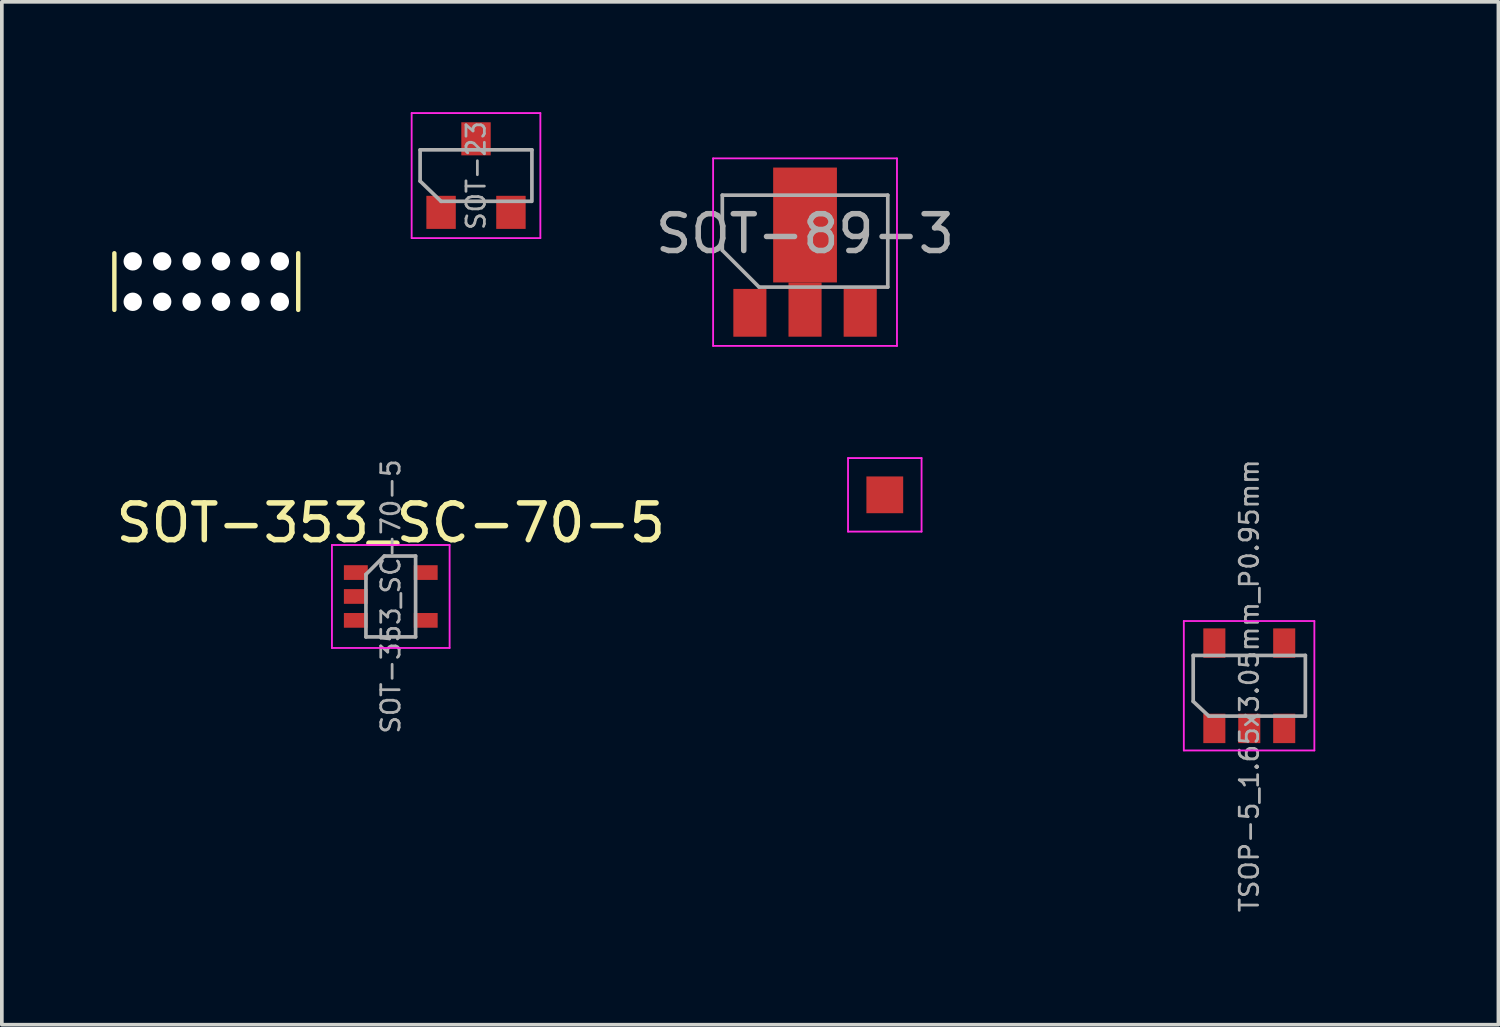
<source format=kicad_pcb>
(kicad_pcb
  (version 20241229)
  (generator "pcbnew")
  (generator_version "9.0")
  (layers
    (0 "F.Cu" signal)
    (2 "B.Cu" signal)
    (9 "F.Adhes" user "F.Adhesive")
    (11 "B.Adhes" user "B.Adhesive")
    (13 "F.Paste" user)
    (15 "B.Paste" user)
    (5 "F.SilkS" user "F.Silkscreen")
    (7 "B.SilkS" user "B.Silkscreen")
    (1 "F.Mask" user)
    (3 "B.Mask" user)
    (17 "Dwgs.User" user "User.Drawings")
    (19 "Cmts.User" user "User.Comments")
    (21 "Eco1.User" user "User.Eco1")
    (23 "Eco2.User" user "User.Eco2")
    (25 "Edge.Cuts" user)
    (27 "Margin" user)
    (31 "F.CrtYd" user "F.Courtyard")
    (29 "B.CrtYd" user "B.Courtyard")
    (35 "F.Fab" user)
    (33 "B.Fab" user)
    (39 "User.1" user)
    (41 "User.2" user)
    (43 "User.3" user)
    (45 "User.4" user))
  (footprint "TSOP-5_1.65x3.05mm_P0.95mm"
    (layer "F.Cu")
    (at 30.924 15.599)
    (property "Reference" "TSOP-5_1.65x3.05mm_P0.95mm" (at 0 -2.45 0) (layer "Eco2.User") (effects (font (size 0.3 0.3) (thickness 0.075))))
    (attr smd)
    (fp_line (start -1.78 1.76) (end -1.78 -1.76) (stroke (width 0.05) (type solid)) (layer "F.CrtYd"))
    (fp_line (start -1.78 1.76) (end 1.77 1.76) (stroke (width 0.05) (type solid)) (layer "F.CrtYd"))
    (fp_line (start 1.77 -1.76) (end -1.78 -1.76) (stroke (width 0.05) (type solid)) (layer "F.CrtYd"))
    (fp_line (start 1.77 -1.76) (end 1.77 1.76) (stroke (width 0.05) (type solid)) (layer "F.CrtYd"))
    (fp_line (start -1.525 -0.825) (end -1.525 0.425) (stroke (width 0.1) (type solid)) (layer "F.Fab"))
    (fp_line (start -1.525 -0.825) (end 1.525 -0.825) (stroke (width 0.1) (type solid)) (layer "F.Fab"))
    (fp_line (start -1.1 0.825) (end -1.525 0.425) (stroke (width 0.1) (type solid)) (layer "F.Fab"))
    (fp_line (start -1.1 0.825) (end 1.525 0.825) (stroke (width 0.1) (type solid)) (layer "F.Fab"))
    (fp_line (start 1.525 -0.825) (end 1.525 0.825) (stroke (width 0.1) (type solid)) (layer "F.Fab"))
    (fp_text user "${REFERENCE}" (at 0 0 270) (layer "F.Fab") (effects (font (size 0.5 0.5) (thickness 0.075))))
    (pad "1" smd rect (at -0.95 1.16 90) (size 0.8 0.6) (layers "F.Cu" "F.Mask" "F.Paste"))
    (pad "2" smd rect (at 0 1.16 90) (size 0.8 0.6) (layers "F.Cu" "F.Mask" "F.Paste"))
    (pad "3" smd rect (at 0.95 1.16 90) (size 0.8 0.6) (layers "F.Cu" "F.Mask" "F.Paste"))
    (pad "4" smd rect (at 0.95 -1.16 90) (size 0.8 0.6) (layers "F.Cu" "F.Mask" "F.Paste"))
    (pad "5" smd rect (at -0.95 -1.16 90) (size 0.8 0.6) (layers "F.Cu" "F.Mask" "F.Paste")))
  (footprint "TestPoint_Pad_1.0x1.0mm"
    (layer "F.Cu")
    (at 21.012 10.407)
    (property "Reference" "TestPoint_Pad_1.0x1.0mm" (at 0.14 0.805 0) (layer "Eco2.User") (effects (font (size 0.3 0.3) (thickness 0.075))))
    (attr exclude_from_pos_files exclude_from_bom)
    (fp_line (start -1 -1) (end -1 1) (stroke (width 0.05) (type solid)) (layer "F.CrtYd"))
    (fp_line (start -1 -1) (end 1 -1) (stroke (width 0.05) (type solid)) (layer "F.CrtYd"))
    (fp_line (start 1 1) (end -1 1) (stroke (width 0.05) (type solid)) (layer "F.CrtYd"))
    (fp_line (start 1 1) (end 1 -1) (stroke (width 0.05) (type solid)) (layer "F.CrtYd"))
    (pad "1" smd rect (at 0 0) (size 1 1) (layers "F.Cu" "F.Mask")))
  (footprint "SOT-89-3"
    (layer "F.Cu")
    (at 18.843 3.807)
    (property "Reference" "SOT-89-3" (at 0.3 -3.5 180) (layer "Eco2.User") (effects (font (size 0.3 0.3) (thickness 0.075))))
    (attr smd)
    (fp_line (start -2.5 -2.55) (end -2.5 2.55) (stroke (width 0.05) (type solid)) (layer "F.CrtYd"))
    (fp_line (start -2.5 -2.55) (end 2.5 -2.55) (stroke (width 0.05) (type solid)) (layer "F.CrtYd"))
    (fp_line (start 2.5 2.55) (end -2.5 2.55) (stroke (width 0.05) (type solid)) (layer "F.CrtYd"))
    (fp_line (start 2.5 2.55) (end 2.5 -2.55) (stroke (width 0.05) (type solid)) (layer "F.CrtYd"))
    (fp_line (start -2.25 -1.55) (end 2.25 -1.55) (stroke (width 0.1) (type solid)) (layer "F.Fab"))
    (fp_line (start -2.25 -0.05) (end -2.25 -1.55) (stroke (width 0.1) (type solid)) (layer "F.Fab"))
    (fp_line (start -1.25 0.95) (end -2.25 -0.05) (stroke (width 0.1) (type solid)) (layer "F.Fab"))
    (fp_line (start 2.25 -1.55) (end 2.25 0.95) (stroke (width 0.1) (type solid)) (layer "F.Fab"))
    (fp_line (start 2.25 0.95) (end -1.25 0.95) (stroke (width 0.1) (type solid)) (layer "F.Fab"))
    (fp_text user "${REFERENCE}" (at 0 -0.5 0) (layer "F.Fab") (effects (font (size 1 1) (thickness 0.15))))
    (pad "1" smd rect (at -1.5 1.65 90) (size 1.3 0.9) (layers "F.Cu" "F.Mask" "F.Paste"))
    (pad "2" smd custom (at 0 1.562 90) (size 1.475 0.9) (layers "F.Cu" "F.Mask" "F.Paste") (options (anchor rect)) (primitives (gr_poly (pts (xy 0.738 -0.867) (xy 3.862 -0.867) (xy 3.862 0.867) (xy 0.738 0.867)) (width 0) (fill yes))))
    (pad "3" smd rect (at 1.5 1.65 90) (size 1.3 0.9) (layers "F.Cu" "F.Mask" "F.Paste")))
  (footprint "mousebite"
    (layer "F.Cu")
    (at 2.56 4.607)
    (property "Reference" "mousebite" (at 0.1 -4.3 0) (layer "Eco2.User") (effects (font (size 0.3 0.3) (thickness 0.075))))
    (attr through_hole)
    (fp_line (start -2.5 -0.77) (end -2.5 0.77) (stroke (width 0.12) (type solid)) (layer "F.SilkS"))
    (fp_line (start 2.5 -0.77) (end 2.5 0.77) (stroke (width 0.12) (type solid)) (layer "F.SilkS"))
    (pad "" np_thru_hole circle (at -2 -0.55) (size 0.5 0.5) (drill 0.5) (layers "*.Cu" "*.Mask"))
    (pad "" np_thru_hole circle (at -2 0.55) (size 0.5 0.5) (drill 0.5) (layers "*.Cu" "*.Mask"))
    (pad "" np_thru_hole circle (at -1.2 -0.55) (size 0.5 0.5) (drill 0.5) (layers "*.Cu" "*.Mask"))
    (pad "" np_thru_hole circle (at -1.2 0.55) (size 0.5 0.5) (drill 0.5) (layers "*.Cu" "*.Mask"))
    (pad "" np_thru_hole circle (at -0.4 -0.55) (size 0.5 0.5) (drill 0.5) (layers "*.Cu" "*.Mask"))
    (pad "" np_thru_hole circle (at -0.4 0.55) (size 0.5 0.5) (drill 0.5) (layers "*.Cu" "*.Mask"))
    (pad "" np_thru_hole circle (at 0.4 -0.55) (size 0.5 0.5) (drill 0.5) (layers "*.Cu" "*.Mask"))
    (pad "" np_thru_hole circle (at 0.4 0.55) (size 0.5 0.5) (drill 0.5) (layers "*.Cu" "*.Mask"))
    (pad "" np_thru_hole circle (at 1.2 -0.55) (size 0.5 0.5) (drill 0.5) (layers "*.Cu" "*.Mask"))
    (pad "" np_thru_hole circle (at 1.2 0.55) (size 0.5 0.5) (drill 0.5) (layers "*.Cu" "*.Mask"))
    (pad "" np_thru_hole circle (at 2 -0.55) (size 0.5 0.5) (drill 0.5) (layers "*.Cu" "*.Mask"))
    (pad "" np_thru_hole circle (at 2 0.55) (size 0.5 0.5) (drill 0.5) (layers "*.Cu" "*.Mask")))
  (footprint "SOT-23"
    (layer "F.Cu")
    (at 9.895 1.725)
    (property "Reference" "SOT-23" (at 0.074 -0.071 270) (layer "Eco2.User") (effects (font (size 0.3 0.3) (thickness 0.075))))
    (attr smd)
    (fp_line (start -1.75 -1.7) (end 1.75 -1.7) (stroke (width 0.05) (type solid)) (layer "F.CrtYd"))
    (fp_line (start -1.75 1.7) (end -1.75 -1.7) (stroke (width 0.05) (type solid)) (layer "F.CrtYd"))
    (fp_line (start 1.75 -1.7) (end 1.75 1.7) (stroke (width 0.05) (type solid)) (layer "F.CrtYd"))
    (fp_line (start 1.75 1.7) (end -1.75 1.7) (stroke (width 0.05) (type solid)) (layer "F.CrtYd"))
    (fp_line (start -1.52 -0.7) (end 1.52 -0.7) (stroke (width 0.1) (type solid)) (layer "F.Fab"))
    (fp_line (start -1.52 0.15) (end -1.52 -0.7) (stroke (width 0.1) (type solid)) (layer "F.Fab"))
    (fp_line (start -0.95 0.7) (end -1.52 0.15) (stroke (width 0.1) (type solid)) (layer "F.Fab"))
    (fp_line (start -0.95 0.7) (end 1.5 0.7) (stroke (width 0.1) (type solid)) (layer "F.Fab"))
    (fp_line (start 1.52 0.7) (end 1.52 -0.7) (stroke (width 0.1) (type solid)) (layer "F.Fab"))
    (fp_text user "${REFERENCE}" (at 0 0 90) (layer "F.Fab") (effects (font (size 0.5 0.5) (thickness 0.075))))
    (pad "1" smd rect (at -0.95 1 90) (size 0.9 0.8) (layers "F.Cu" "F.Mask" "F.Paste"))
    (pad "2" smd rect (at 0.95 1 90) (size 0.9 0.8) (layers "F.Cu" "F.Mask" "F.Paste"))
    (pad "3" smd rect (at 0 -1 90) (size 0.9 0.8) (layers "F.Cu" "F.Mask" "F.Paste")))
  (footprint "SOT-353_SC-70-5"
    (layer "F.Cu")
    (at 7.577 13.171)
    (property "Reference" "SOT-353_SC-70-5" (at 0 -2 0) (layer "F.SilkS") (effects (font (size 1 1) (thickness 0.15))))
    (attr smd)
    (fp_line (start -1.6 -1.4) (end -1.6 1.4) (stroke (width 0.05) (type solid)) (layer "F.CrtYd"))
    (fp_line (start -1.6 -1.4) (end 1.6 -1.4) (stroke (width 0.05) (type solid)) (layer "F.CrtYd"))
    (fp_line (start -1.6 1.4) (end 1.6 1.4) (stroke (width 0.05) (type solid)) (layer "F.CrtYd"))
    (fp_line (start 1.6 1.4) (end 1.6 -1.4) (stroke (width 0.05) (type solid)) (layer "F.CrtYd"))
    (fp_line (start -0.675 -0.6) (end -0.675 1.1) (stroke (width 0.1) (type solid)) (layer "F.Fab"))
    (fp_line (start -0.175 -1.1) (end -0.675 -0.6) (stroke (width 0.1) (type solid)) (layer "F.Fab"))
    (fp_line (start 0.675 -1.1) (end -0.175 -1.1) (stroke (width 0.1) (type solid)) (layer "F.Fab"))
    (fp_line (start 0.675 -1.1) (end 0.675 1.1) (stroke (width 0.1) (type solid)) (layer "F.Fab"))
    (fp_line (start 0.675 1.1) (end -0.675 1.1) (stroke (width 0.1) (type solid)) (layer "F.Fab"))
    (fp_text user "${REFERENCE}" (at 0 0 90) (layer "F.Fab") (effects (font (size 0.5 0.5) (thickness 0.075))))
    (pad "1" smd rect (at -0.95 -0.65) (size 0.65 0.4) (layers "F.Cu" "F.Mask" "F.Paste"))
    (pad "2" smd rect (at -0.95 0) (size 0.65 0.4) (layers "F.Cu" "F.Mask" "F.Paste"))
    (pad "3" smd rect (at -0.95 0.65) (size 0.65 0.4) (layers "F.Cu" "F.Mask" "F.Paste"))
    (pad "4" smd rect (at 0.95 0.65) (size 0.65 0.4) (layers "F.Cu" "F.Mask" "F.Paste"))
    (pad "5" smd rect (at 0.95 -0.65) (size 0.65 0.4) (layers "F.Cu" "F.Mask" "F.Paste")))
  (gr_rect
    (start -3 -3)
    (end 37.699 24.817)
    (stroke (width 0.1) (type default))
    (fill no)
    (layer "Edge.Cuts")))
</source>
